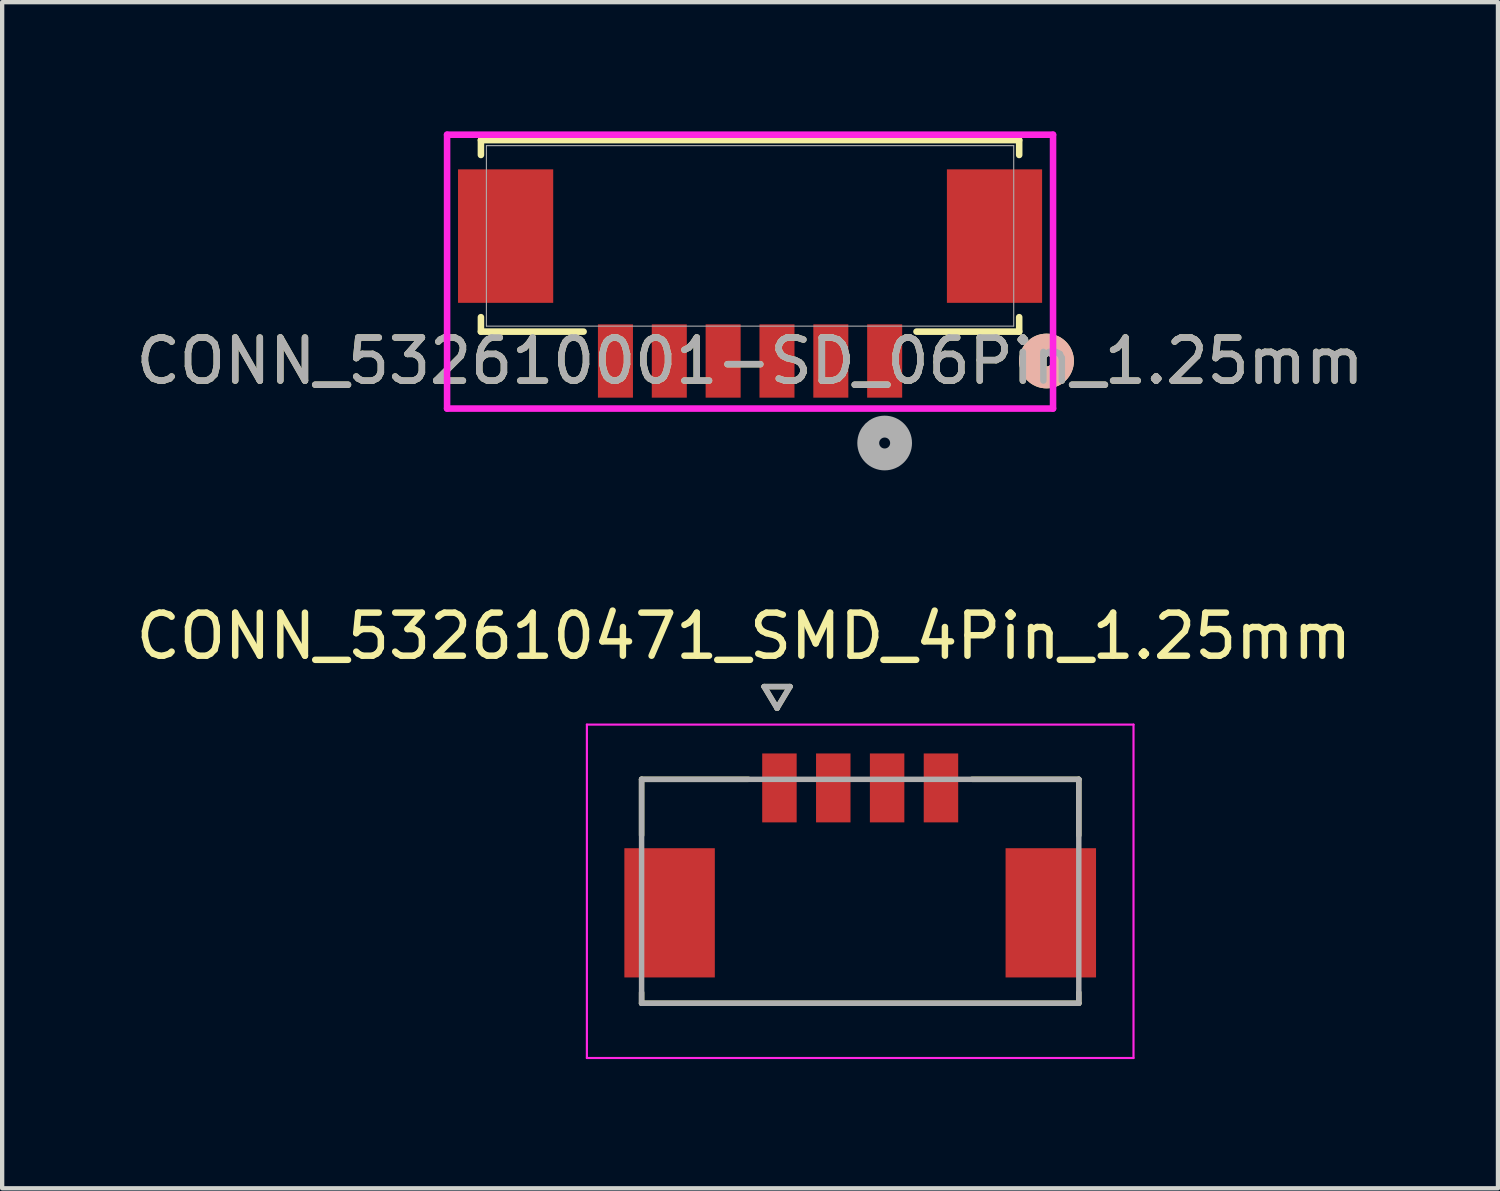
<source format=kicad_pcb>
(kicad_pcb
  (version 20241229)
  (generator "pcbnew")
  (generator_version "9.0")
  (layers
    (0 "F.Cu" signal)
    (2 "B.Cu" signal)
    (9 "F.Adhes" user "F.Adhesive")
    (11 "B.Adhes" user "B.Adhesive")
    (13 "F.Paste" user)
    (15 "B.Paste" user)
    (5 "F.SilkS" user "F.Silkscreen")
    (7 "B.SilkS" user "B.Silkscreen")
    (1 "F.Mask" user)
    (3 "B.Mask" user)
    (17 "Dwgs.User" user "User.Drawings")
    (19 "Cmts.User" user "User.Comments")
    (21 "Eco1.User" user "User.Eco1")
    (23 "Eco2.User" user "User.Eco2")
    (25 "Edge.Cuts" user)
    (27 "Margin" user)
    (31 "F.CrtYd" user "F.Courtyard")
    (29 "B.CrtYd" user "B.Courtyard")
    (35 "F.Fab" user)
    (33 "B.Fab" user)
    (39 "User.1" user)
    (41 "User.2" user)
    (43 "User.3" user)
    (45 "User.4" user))
  (footprint "CONN_532610001-SD_06Pin_1.25mm"
    (layer "F.Cu")
    (at 14.363 2.426)
    (property "Reference" "CONN_532610001-SD_06Pin_1.25mm" (at 0 2.905 0) (unlocked yes) (layer "F.SilkS") (effects (font (size 1 1) (thickness 0.15))))
    (attr smd)
    (fp_line (start -6.248 -2.223) (end -6.248 -1.878) (stroke (width 0.152) (type solid)) (layer "F.SilkS"))
    (fp_line (start -6.248 1.887) (end -6.248 2.223) (stroke (width 0.152) (type solid)) (layer "F.SilkS"))
    (fp_line (start -6.248 2.223) (end -3.864 2.223) (stroke (width 0.152) (type solid)) (layer "F.SilkS"))
    (fp_line (start 3.864 2.223) (end 6.248 2.223) (stroke (width 0.152) (type solid)) (layer "F.SilkS"))
    (fp_line (start 6.248 -2.223) (end -6.248 -2.223) (stroke (width 0.152) (type solid)) (layer "F.SilkS"))
    (fp_line (start 6.248 -1.878) (end 6.248 -2.223) (stroke (width 0.152) (type solid)) (layer "F.SilkS"))
    (fp_line (start 6.248 2.223) (end 6.248 1.887) (stroke (width 0.152) (type solid)) (layer "F.SilkS"))
    (fp_circle (center 6.883 2.905) (end 7.264 2.905) (stroke (width 0.508) (type solid)) (fill no) (layer "F.SilkS"))
    (fp_circle (center 6.883 2.905) (end 7.264 2.905) (stroke (width 0.508) (type solid)) (fill no) (layer "B.SilkS"))
    (fp_line (start -7.034 -2.349) (end -7.034 4.009) (stroke (width 0.152) (type solid)) (layer "F.CrtYd"))
    (fp_line (start -7.034 4.009) (end 7.034 4.009) (stroke (width 0.152) (type solid)) (layer "F.CrtYd"))
    (fp_line (start 7.034 -2.349) (end -7.034 -2.349) (stroke (width 0.152) (type solid)) (layer "F.CrtYd"))
    (fp_line (start 7.034 4.009) (end 7.034 -2.349) (stroke (width 0.152) (type solid)) (layer "F.CrtYd"))
    (fp_line (start -6.121 -2.095) (end -6.121 2.095) (stroke (width 0.025) (type solid)) (layer "F.Fab"))
    (fp_line (start -6.121 2.095) (end 6.121 2.095) (stroke (width 0.025) (type solid)) (layer "F.Fab"))
    (fp_line (start 6.121 -2.095) (end -6.121 -2.095) (stroke (width 0.025) (type solid)) (layer "F.Fab"))
    (fp_line (start 6.121 2.095) (end 6.121 -2.095) (stroke (width 0.025) (type solid)) (layer "F.Fab"))
    (fp_circle (center 3.125 4.809) (end 3.506 4.809) (stroke (width 0.508) (type solid)) (fill no) (layer "F.Fab"))
    (fp_text user "${REFERENCE}" (at 0 2.905 0) (unlocked yes) (layer "F.Fab") (effects (font (size 1 1) (thickness 0.15))))
    (pad "1" smd rect (at 3.125 2.905) (size 0.813 1.702) (layers "F.Cu" "F.Mask" "F.Paste"))
    (pad "2" smd rect (at 1.875 2.905) (size 0.813 1.702) (layers "F.Cu" "F.Mask" "F.Paste"))
    (pad "3" smd rect (at 0.625 2.905) (size 0.813 1.702) (layers "F.Cu" "F.Mask" "F.Paste"))
    (pad "4" smd rect (at -0.625 2.905) (size 0.813 1.702) (layers "F.Cu" "F.Mask" "F.Paste"))
    (pad "5" smd rect (at -1.875 2.905) (size 0.813 1.702) (layers "F.Cu" "F.Mask" "F.Paste"))
    (pad "6" smd rect (at -3.125 2.905) (size 0.813 1.702) (layers "F.Cu" "F.Mask" "F.Paste"))
    (pad "7" smd rect (at -5.675 0.005) (size 2.21 3.099) (layers "F.Cu" "F.Mask" "F.Paste"))
    (pad "8" smd rect (at 5.675 0.005) (size 2.21 3.099) (layers "F.Cu" "F.Mask" "F.Paste")))
  (footprint "CONN_532610471_SMD_4Pin_1.25mm"
    (layer "F.Cu")
    (at 16.92 17.642)
    (property "Reference" "CONN_532610471_SMD_4Pin_1.25mm" (at -2.7 -5.924 0) (layer "F.SilkS") (effects (font (size 1 1) (thickness 0.15))))
    (attr smd)
    (fp_poly (pts (xy -5.551 -1.076) (xy -3.299 -1.076) (xy -3.299 2.076) (xy -5.551 2.076)) (stroke (width 0.01) (type solid)) (fill yes) (layer "F.Mask"))
    (fp_poly (pts (xy -2.351 -3.276) (xy -1.399 -3.276) (xy -1.399 -1.524) (xy -2.351 -1.524)) (stroke (width 0.01) (type solid)) (fill yes) (layer "F.Mask"))
    (fp_poly (pts (xy -1.101 -3.276) (xy -0.149 -3.276) (xy -0.149 -1.524) (xy -1.101 -1.524)) (stroke (width 0.01) (type solid)) (fill yes) (layer "F.Mask"))
    (fp_poly (pts (xy 0.149 -3.276) (xy 1.101 -3.276) (xy 1.101 -1.524) (xy 0.149 -1.524)) (stroke (width 0.01) (type solid)) (fill yes) (layer "F.Mask"))
    (fp_poly (pts (xy 1.399 -3.276) (xy 2.351 -3.276) (xy 2.351 -1.524) (xy 1.399 -1.524)) (stroke (width 0.01) (type solid)) (fill yes) (layer "F.Mask"))
    (fp_poly (pts (xy 3.299 -1.076) (xy 5.551 -1.076) (xy 5.551 2.076) (xy 3.299 2.076)) (stroke (width 0.01) (type solid)) (fill yes) (layer "F.Mask"))
    (fp_line (start -5.075 -2.6) (end -2.595 -2.6) (stroke (width 0.127) (type solid)) (layer "F.SilkS"))
    (fp_line (start -5.075 -1.3) (end -5.075 -2.6) (stroke (width 0.127) (type solid)) (layer "F.SilkS"))
    (fp_line (start -5.075 2.6) (end -5.075 2.35) (stroke (width 0.127) (type solid)) (layer "F.SilkS"))
    (fp_line (start -5.075 2.6) (end 5.075 2.6) (stroke (width 0.127) (type solid)) (layer "F.SilkS"))
    (fp_line (start -2.23 -4.752) (end -1.63 -4.752) (stroke (width 0.127) (type solid)) (layer "F.SilkS"))
    (fp_line (start -1.93 -4.252) (end -2.23 -4.752) (stroke (width 0.127) (type solid)) (layer "F.SilkS"))
    (fp_line (start -1.63 -4.752) (end -1.93 -4.252) (stroke (width 0.127) (type solid)) (layer "F.SilkS"))
    (fp_line (start 2.595 -2.6) (end 5.075 -2.6) (stroke (width 0.127) (type solid)) (layer "F.SilkS"))
    (fp_line (start 5.075 -2.6) (end 5.075 -1.3) (stroke (width 0.127) (type solid)) (layer "F.SilkS"))
    (fp_line (start 5.075 2.6) (end 5.075 2.35) (stroke (width 0.127) (type solid)) (layer "F.SilkS"))
    (fp_line (start -6.345 3.87) (end -6.345 -3.87) (stroke (width 0.05) (type solid)) (layer "F.CrtYd"))
    (fp_line (start 6.345 -3.87) (end -6.345 -3.87) (stroke (width 0.05) (type solid)) (layer "F.CrtYd"))
    (fp_line (start 6.345 -3.87) (end 6.345 3.87) (stroke (width 0.05) (type solid)) (layer "F.CrtYd"))
    (fp_line (start 6.345 3.87) (end -6.345 3.87) (stroke (width 0.05) (type solid)) (layer "F.CrtYd"))
    (fp_line (start -5.075 -2.6) (end 5.075 -2.6) (stroke (width 0.127) (type solid)) (layer "F.Fab"))
    (fp_line (start -5.075 2.6) (end -5.075 -2.6) (stroke (width 0.127) (type solid)) (layer "F.Fab"))
    (fp_line (start -2.23 -4.752) (end -1.63 -4.752) (stroke (width 0.127) (type solid)) (layer "F.Fab"))
    (fp_line (start -1.93 -4.252) (end -2.23 -4.752) (stroke (width 0.127) (type solid)) (layer "F.Fab"))
    (fp_line (start -1.63 -4.752) (end -1.93 -4.252) (stroke (width 0.127) (type solid)) (layer "F.Fab"))
    (fp_line (start 5.075 -2.6) (end 5.075 2.6) (stroke (width 0.127) (type solid)) (layer "F.Fab"))
    (fp_line (start 5.075 2.6) (end -5.075 2.6) (stroke (width 0.127) (type solid)) (layer "F.Fab"))
    (pad "1" smd rect (at -1.875 -2.4) (size 0.8 1.6) (layers "F.Cu" "F.Paste"))
    (pad "2" smd rect (at -0.625 -2.4) (size 0.8 1.6) (layers "F.Cu" "F.Paste"))
    (pad "3" smd rect (at 0.625 -2.4) (size 0.8 1.6) (layers "F.Cu" "F.Paste"))
    (pad "4" smd rect (at 1.875 -2.4) (size 0.8 1.6) (layers "F.Cu" "F.Paste"))
    (pad "S1" smd rect (at -4.425 0.5) (size 2.1 3) (layers "F.Cu" "F.Paste"))
    (pad "S2" smd rect (at 4.425 0.5) (size 2.1 3) (layers "F.Cu" "F.Paste")))
  (gr_rect
    (start -3 -3)
    (end 31.726 24.537)
    (stroke (width 0.1) (type default))
    (fill no)
    (layer "Edge.Cuts")))
</source>
